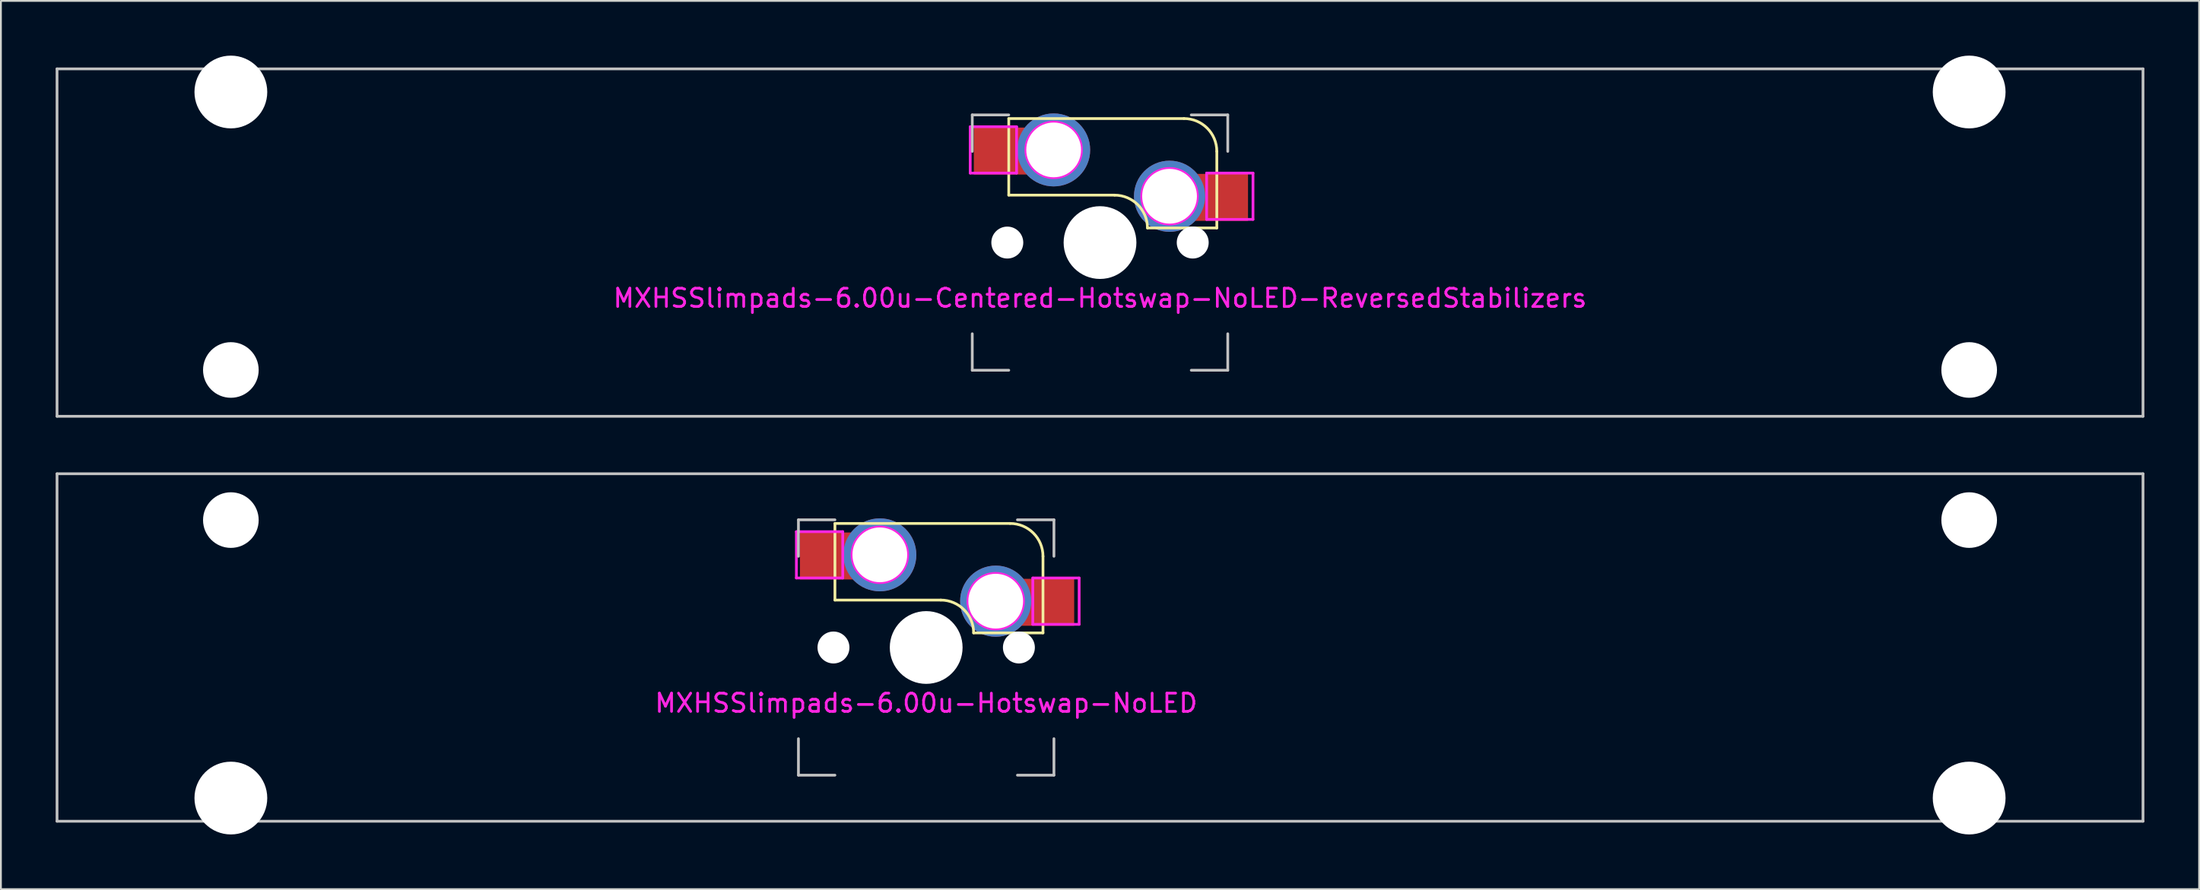
<source format=kicad_pcb>
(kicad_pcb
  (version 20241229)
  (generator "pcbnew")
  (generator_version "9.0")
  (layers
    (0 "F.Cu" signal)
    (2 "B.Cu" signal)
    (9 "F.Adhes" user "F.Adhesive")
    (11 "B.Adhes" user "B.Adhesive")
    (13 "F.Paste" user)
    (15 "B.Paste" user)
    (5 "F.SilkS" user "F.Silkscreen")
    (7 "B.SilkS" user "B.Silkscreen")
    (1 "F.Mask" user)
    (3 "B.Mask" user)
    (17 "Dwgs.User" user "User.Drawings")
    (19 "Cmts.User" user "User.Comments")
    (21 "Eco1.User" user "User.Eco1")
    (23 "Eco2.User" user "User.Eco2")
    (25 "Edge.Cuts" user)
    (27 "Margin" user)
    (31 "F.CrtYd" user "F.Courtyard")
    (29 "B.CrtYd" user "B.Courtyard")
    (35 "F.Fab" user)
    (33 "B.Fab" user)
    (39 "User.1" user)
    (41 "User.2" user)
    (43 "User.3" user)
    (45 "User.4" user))
  (footprint "MXHSSlimpads-6.00u-Centered-Hotswap-NoLED-ReversedStabilizers"
    (layer "F.Cu")
    (at 57.225 10.249)
    (property "Reference" "MXHSSlimpads-6.00u-Centered-Hotswap-NoLED-ReversedStabilizers" (at 0 3.048 180) (layer "F.CrtYd") (effects (font (size 1 1) (thickness 0.15))))
    (attr smd)
    (fp_line (start -5 -6.8) (end 4.6 -6.8) (stroke (width 0.15) (type solid)) (layer "F.SilkS"))
    (fp_line (start -5 -2.6) (end -5 -6.8) (stroke (width 0.15) (type solid)) (layer "F.SilkS"))
    (fp_line (start 0.8 -2.6) (end -5 -2.6) (stroke (width 0.15) (type solid)) (layer "F.SilkS"))
    (fp_line (start 6.4 -5) (end 6.4 -0.8) (stroke (width 0.15) (type solid)) (layer "F.SilkS"))
    (fp_line (start 6.4 -0.8) (end 2.6 -0.8) (stroke (width 0.15) (type solid)) (layer "F.SilkS"))
    (fp_arc (start 0.8 -2.6) (mid 2.072792 -2.072792) (end 2.6 -0.8) (stroke (width 0.15) (type solid)) (layer "F.SilkS"))
    (fp_arc (start 4.6 -6.8) (mid 5.872792 -6.272792) (end 6.4 -5) (stroke (width 0.15) (type solid)) (layer "F.SilkS"))
    (fp_rect (start -6.854 -6.291) (end -5.156 -3.742) (stroke (width 0.12) (type solid)) (fill yes) (layer "F.Paste"))
    (fp_rect (start 6.553 -3.726) (end 8.048 -1.176) (stroke (width 0.12) (type solid)) (fill yes) (layer "F.Paste"))
    (fp_line (start -57.15 -9.525) (end 57.15 -9.525) (stroke (width 0.15) (type solid)) (layer "Dwgs.User"))
    (fp_line (start -57.15 9.525) (end -57.15 -9.525) (stroke (width 0.15) (type solid)) (layer "Dwgs.User"))
    (fp_line (start -7 -7) (end -7 -5) (stroke (width 0.15) (type solid)) (layer "Dwgs.User"))
    (fp_line (start -7 7) (end -7 5) (stroke (width 0.15) (type solid)) (layer "Dwgs.User"))
    (fp_line (start -5 -7) (end -7 -7) (stroke (width 0.15) (type solid)) (layer "Dwgs.User"))
    (fp_line (start -5 7) (end -7 7) (stroke (width 0.15) (type solid)) (layer "Dwgs.User"))
    (fp_line (start 5 -7) (end 7 -7) (stroke (width 0.15) (type solid)) (layer "Dwgs.User"))
    (fp_line (start 7 -7) (end 7 -5) (stroke (width 0.15) (type solid)) (layer "Dwgs.User"))
    (fp_line (start 7 5) (end 7 7) (stroke (width 0.15) (type solid)) (layer "Dwgs.User"))
    (fp_line (start 7 7) (end 5 7) (stroke (width 0.15) (type solid)) (layer "Dwgs.User"))
    (fp_line (start 57.15 -9.525) (end 57.15 9.525) (stroke (width 0.15) (type solid)) (layer "Dwgs.User"))
    (fp_line (start 57.15 9.525) (end -57.15 9.525) (stroke (width 0.15) (type solid)) (layer "Dwgs.User"))
    (fp_line (start -7.112 -6.35) (end -7.112 -3.81) (stroke (width 0.15) (type solid)) (layer "F.CrtYd"))
    (fp_line (start -7.112 -3.81) (end -4.572 -3.81) (stroke (width 0.15) (type solid)) (layer "F.CrtYd"))
    (fp_line (start -4.572 -6.35) (end -7.112 -6.35) (stroke (width 0.15) (type solid)) (layer "F.CrtYd"))
    (fp_line (start -4.572 -3.81) (end -4.572 -6.35) (stroke (width 0.15) (type solid)) (layer "F.CrtYd"))
    (fp_line (start 5.842 -3.81) (end 5.842 -1.27) (stroke (width 0.15) (type solid)) (layer "F.CrtYd"))
    (fp_line (start 5.842 -1.27) (end 8.382 -1.27) (stroke (width 0.15) (type solid)) (layer "F.CrtYd"))
    (fp_line (start 8.382 -3.81) (end 5.842 -3.81) (stroke (width 0.15) (type solid)) (layer "F.CrtYd"))
    (fp_line (start 8.382 -1.27) (end 8.382 -3.81) (stroke (width 0.15) (type solid)) (layer "F.CrtYd"))
    (fp_circle (center -2.54 -5.08) (end -2.54 -6.604) (stroke (width 0.15) (type solid)) (fill no) (layer "F.CrtYd"))
    (fp_circle (center 3.81 -2.54) (end 3.81 -4.064) (stroke (width 0.15) (type solid)) (fill no) (layer "F.CrtYd"))
    (pad "" np_thru_hole circle (at -47.625 -8.255 180) (size 3.988 3.988) (drill 3.988) (layers "*.Cu" "*.Mask"))
    (pad "" np_thru_hole circle (at -47.625 6.985 180) (size 3.048 3.048) (drill 3.048) (layers "*.Cu" "*.Mask"))
    (pad "" np_thru_hole circle (at -5.08 0 131.9) (size 1.75 1.75) (drill 1.75) (layers "*.Cu" "*.Mask"))
    (pad "" np_thru_hole circle (at 0 0 180) (size 3.988 3.988) (drill 3.988) (layers "*.Cu" "*.Mask"))
    (pad "" np_thru_hole circle (at 5.08 0 131.9) (size 1.75 1.75) (drill 1.75) (layers "*.Cu" "*.Mask"))
    (pad "" np_thru_hole circle (at 47.625 -8.255 180) (size 3.988 3.988) (drill 3.988) (layers "*.Cu" "*.Mask"))
    (pad "" np_thru_hole circle (at 47.625 6.985 180) (size 3.048 3.048) (drill 3.048) (layers "*.Cu" "*.Mask"))
    (pad "1" thru_hole circle (at 3.81 -2.54 180) (size 3.9 3.9) (drill 3) (layers "*.Cu"))
    (pad "1" smd rect (at 3.81 -2.54 180) (size 4.5 2.575) (drill (offset -2.05 -0.062)) (layers "F.Cu" "F.Mask"))
    (pad "2" thru_hole circle (at -2.54 -5.08 180) (size 4 4) (drill 3) (layers "*.Cu"))
    (pad "2" smd rect (at -2.54 -5.08 180) (size 4.5 2.575) (drill (offset 2.125 -0.062)) (layers "F.Cu" "F.Mask")))
  (footprint "MXHSSlimpads-6.00u-Hotswap-NoLED"
    (layer "F.Cu")
    (at 57.225 32.449)
    (property "Reference" "MXHSSlimpads-6.00u-Hotswap-NoLED" (at -9.525 3.048 180) (layer "F.CrtYd") (effects (font (size 1 1) (thickness 0.15))))
    (attr smd)
    (fp_line (start -14.525 -6.8) (end -4.925 -6.8) (stroke (width 0.15) (type solid)) (layer "F.SilkS"))
    (fp_line (start -14.525 -2.6) (end -14.525 -6.8) (stroke (width 0.15) (type solid)) (layer "F.SilkS"))
    (fp_line (start -8.725 -2.6) (end -14.525 -2.6) (stroke (width 0.15) (type solid)) (layer "F.SilkS"))
    (fp_line (start -3.125 -5) (end -3.125 -0.8) (stroke (width 0.15) (type solid)) (layer "F.SilkS"))
    (fp_line (start -3.125 -0.8) (end -6.925 -0.8) (stroke (width 0.15) (type solid)) (layer "F.SilkS"))
    (fp_arc (start -8.725 -2.6) (mid -7.452208 -2.072792) (end -6.925 -0.8) (stroke (width 0.15) (type solid)) (layer "F.SilkS"))
    (fp_arc (start -4.925 -6.8) (mid -3.652208 -6.272792) (end -3.125 -5) (stroke (width 0.15) (type solid)) (layer "F.SilkS"))
    (fp_rect (start -16.379 -6.291) (end -14.681 -3.742) (stroke (width 0.12) (type solid)) (fill yes) (layer "F.Paste"))
    (fp_rect (start -2.972 -3.726) (end -1.477 -1.176) (stroke (width 0.12) (type solid)) (fill yes) (layer "F.Paste"))
    (fp_line (start -57.15 -9.525) (end 57.15 -9.525) (stroke (width 0.15) (type solid)) (layer "Dwgs.User"))
    (fp_line (start -57.15 9.525) (end -57.15 -9.525) (stroke (width 0.15) (type solid)) (layer "Dwgs.User"))
    (fp_line (start -16.525 -7) (end -16.525 -5) (stroke (width 0.15) (type solid)) (layer "Dwgs.User"))
    (fp_line (start -16.525 7) (end -16.525 5) (stroke (width 0.15) (type solid)) (layer "Dwgs.User"))
    (fp_line (start -14.525 -7) (end -16.525 -7) (stroke (width 0.15) (type solid)) (layer "Dwgs.User"))
    (fp_line (start -14.525 7) (end -16.525 7) (stroke (width 0.15) (type solid)) (layer "Dwgs.User"))
    (fp_line (start -4.525 -7) (end -2.525 -7) (stroke (width 0.15) (type solid)) (layer "Dwgs.User"))
    (fp_line (start -2.525 -7) (end -2.525 -5) (stroke (width 0.15) (type solid)) (layer "Dwgs.User"))
    (fp_line (start -2.525 5) (end -2.525 7) (stroke (width 0.15) (type solid)) (layer "Dwgs.User"))
    (fp_line (start -2.525 7) (end -4.525 7) (stroke (width 0.15) (type solid)) (layer "Dwgs.User"))
    (fp_line (start 57.15 -9.525) (end 57.15 9.525) (stroke (width 0.15) (type solid)) (layer "Dwgs.User"))
    (fp_line (start 57.15 9.525) (end -57.15 9.525) (stroke (width 0.15) (type solid)) (layer "Dwgs.User"))
    (fp_line (start -16.637 -6.35) (end -16.637 -3.81) (stroke (width 0.15) (type solid)) (layer "F.CrtYd"))
    (fp_line (start -16.637 -3.81) (end -14.097 -3.81) (stroke (width 0.15) (type solid)) (layer "F.CrtYd"))
    (fp_line (start -14.097 -6.35) (end -16.637 -6.35) (stroke (width 0.15) (type solid)) (layer "F.CrtYd"))
    (fp_line (start -14.097 -3.81) (end -14.097 -6.35) (stroke (width 0.15) (type solid)) (layer "F.CrtYd"))
    (fp_line (start -3.683 -3.81) (end -3.683 -1.27) (stroke (width 0.15) (type solid)) (layer "F.CrtYd"))
    (fp_line (start -3.683 -1.27) (end -1.143 -1.27) (stroke (width 0.15) (type solid)) (layer "F.CrtYd"))
    (fp_line (start -1.143 -3.81) (end -3.683 -3.81) (stroke (width 0.15) (type solid)) (layer "F.CrtYd"))
    (fp_line (start -1.143 -1.27) (end -1.143 -3.81) (stroke (width 0.15) (type solid)) (layer "F.CrtYd"))
    (fp_circle (center -12.065 -5.08) (end -12.065 -6.604) (stroke (width 0.15) (type solid)) (fill no) (layer "F.CrtYd"))
    (fp_circle (center -5.715 -2.54) (end -5.715 -4.064) (stroke (width 0.15) (type solid)) (fill no) (layer "F.CrtYd"))
    (pad "" np_thru_hole circle (at -47.625 -6.985) (size 3.048 3.048) (drill 3.048) (layers "*.Cu" "*.Mask"))
    (pad "" np_thru_hole circle (at -47.625 8.255) (size 3.988 3.988) (drill 3.988) (layers "*.Cu" "*.Mask"))
    (pad "" np_thru_hole circle (at -14.605 0 131.9) (size 1.75 1.75) (drill 1.75) (layers "*.Cu" "*.Mask"))
    (pad "" np_thru_hole circle (at -9.525 0 180) (size 3.988 3.988) (drill 3.988) (layers "*.Cu" "*.Mask"))
    (pad "" np_thru_hole circle (at -4.445 0 131.9) (size 1.75 1.75) (drill 1.75) (layers "*.Cu" "*.Mask"))
    (pad "" np_thru_hole circle (at 47.625 -6.985) (size 3.048 3.048) (drill 3.048) (layers "*.Cu" "*.Mask"))
    (pad "" np_thru_hole circle (at 47.625 8.255) (size 3.988 3.988) (drill 3.988) (layers "*.Cu" "*.Mask"))
    (pad "1" thru_hole circle (at -5.715 -2.54 180) (size 3.9 3.9) (drill 3) (layers "*.Cu"))
    (pad "1" smd rect (at -5.715 -2.54 180) (size 4.5 2.575) (drill (offset -2.05 -0.062)) (layers "F.Cu" "F.Mask"))
    (pad "2" thru_hole circle (at -12.065 -5.08 180) (size 4 4) (drill 3) (layers "*.Cu"))
    (pad "2" smd rect (at -12.065 -5.08 180) (size 4.5 2.575) (drill (offset 2.125 -0.062)) (layers "F.Cu" "F.Mask")))
  (gr_rect
    (start -3 -3)
    (end 117.45 45.698)
    (stroke (width 0.1) (type default))
    (fill no)
    (layer "Edge.Cuts")))
</source>
